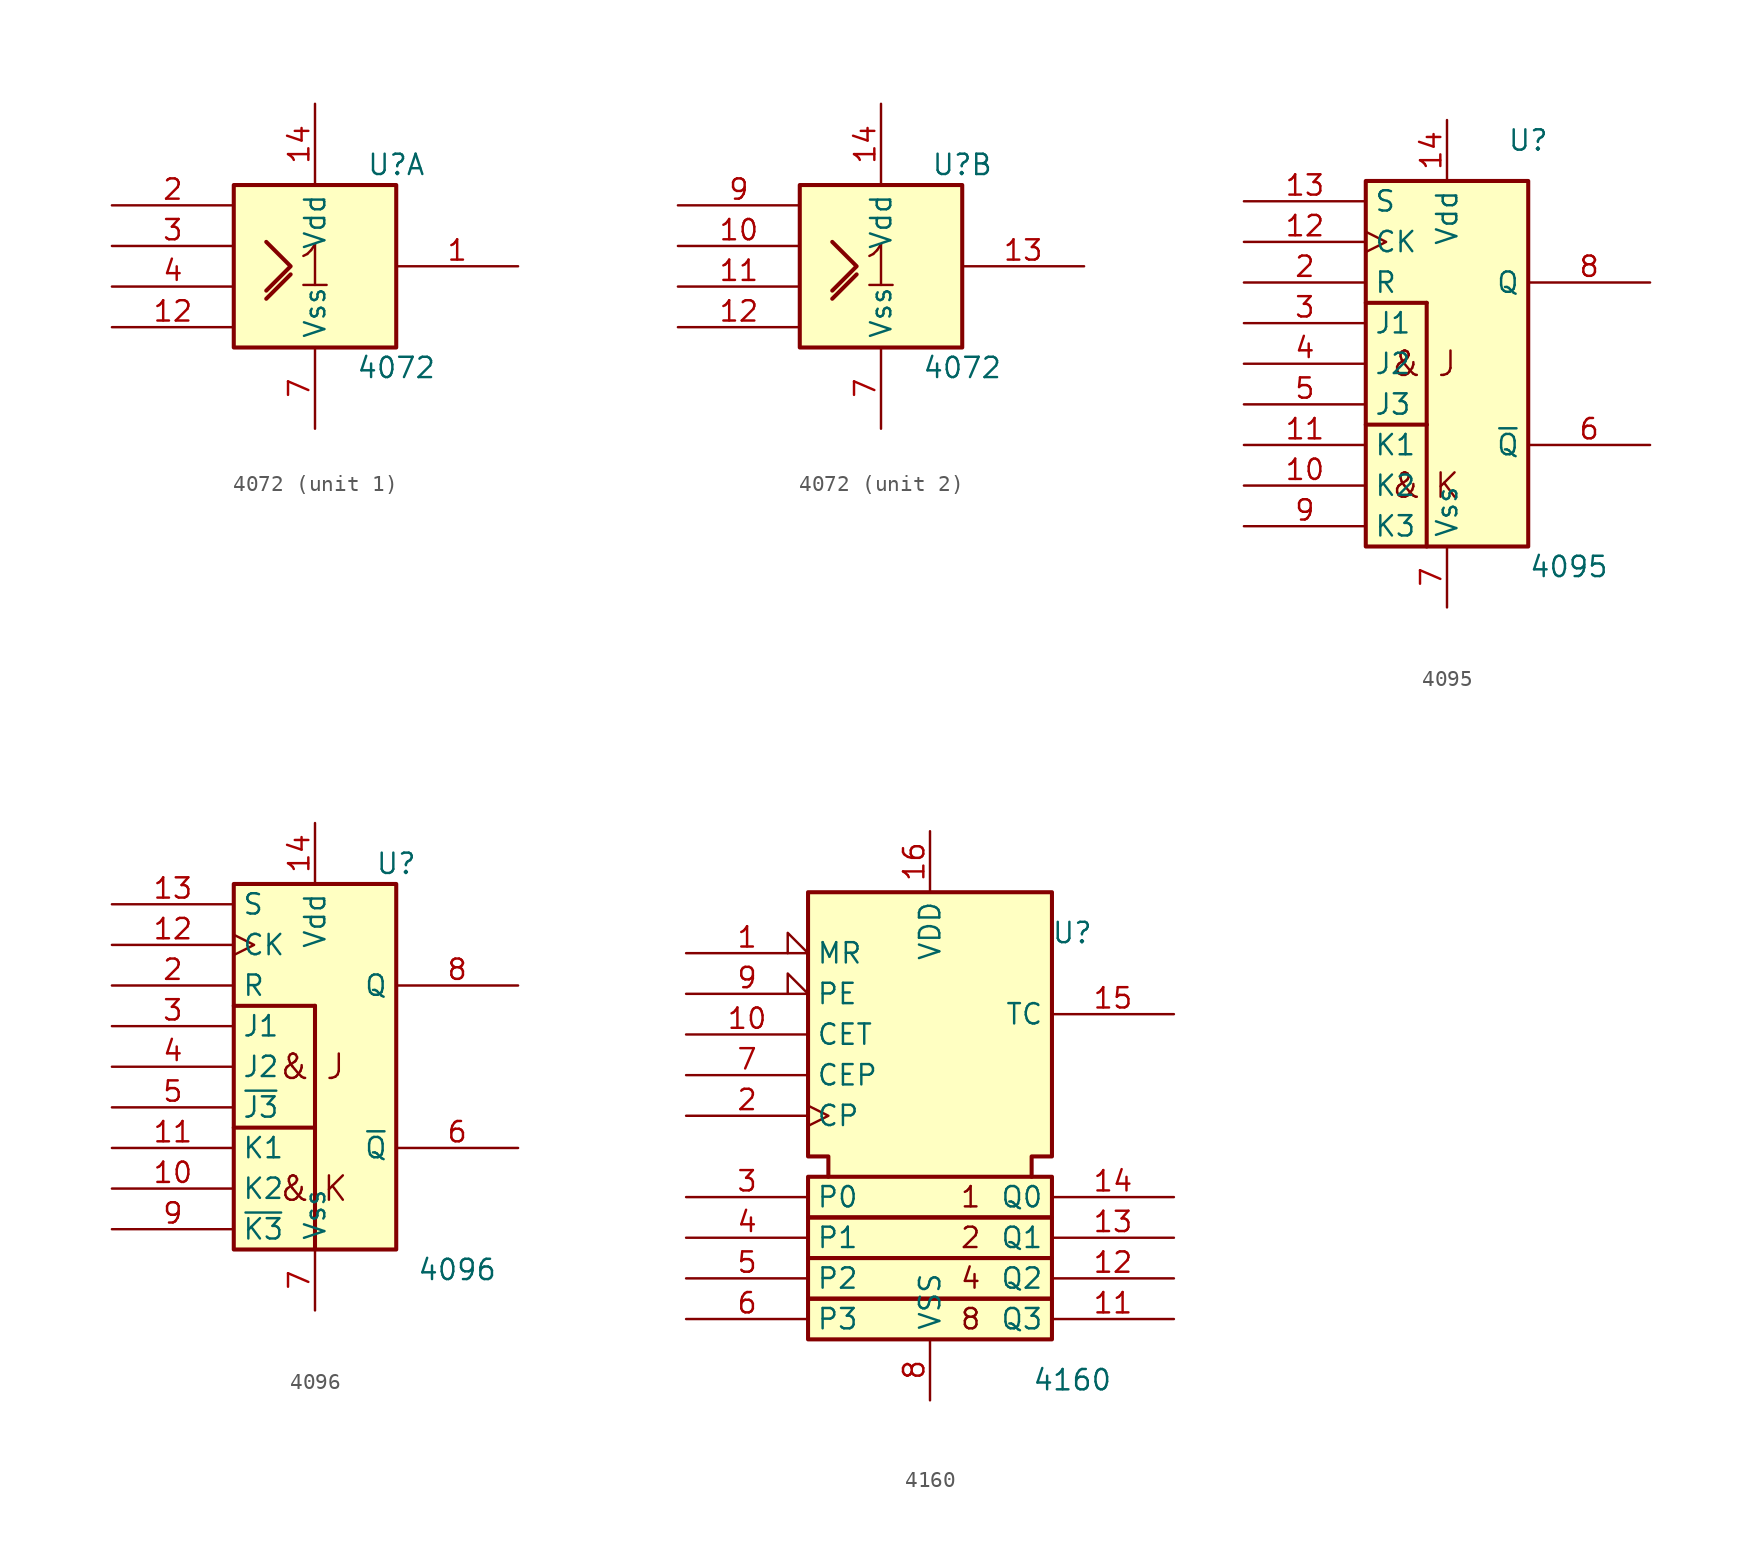
<source format=kicad_sym>
(kicad_symbol_lib
  (version 20241209)
  (generator "kicad_symbol_editor")
  (generator_version "9.0")
  (symbol "4072"
    (property "Reference" "U"
      (at 5.08 6.35 0)
      (effects (font (size 1.27 1.27))))
    (property "Value" "4072"
      (at 5.08 -6.35 0)
      (effects (font (size 1.27 1.27))))
    (symbol "4072_0_0"
      (polyline (pts (xy -3.048 1.524) (xy -1.524 0) (xy -3.048 -1.524) (xy -3.048 -1.524)) (stroke (width 0.254) (type default)) (fill (type background)))
      (polyline (pts (xy -3.048 -2.032) (xy -1.524 -0.508) (xy -1.524 -0.508)) (stroke (width 0.254) (type default)) (fill (type background)))
      (text "1" (at 0 0 0) (effects (font (size 2.54 2.54)))))
    (symbol "4072_0_1"
      (rectangle (start -5.08 5.08) (end 5.08 -5.08) (stroke (width 0.254) (type default)) (fill (type background)))
      (pin power_in line (at 0 10.16 270) (length 5.08) (name "Vdd" (effects (font (size 1.27 1.27)))) (number "14" (effects (font (size 1.27 1.27)))))
      (pin power_in line (at 0 -10.16 90) (length 5.08) (name "Vss" (effects (font (size 1.27 1.27)))) (number "7" (effects (font (size 1.27 1.27))))))
    (symbol "4072_1_1"
      (pin input line (at -12.7 3.81 0) (length 7.62) (name "~" (effects (font (size 1.27 1.27)))) (number "2" (effects (font (size 1.27 1.27)))))
      (pin input line (at -12.7 1.27 0) (length 7.62) (name "~" (effects (font (size 1.27 1.27)))) (number "3" (effects (font (size 1.27 1.27)))))
      (pin input line (at -12.7 -1.27 0) (length 7.62) (name "~" (effects (font (size 1.27 1.27)))) (number "4" (effects (font (size 1.27 1.27)))))
      (pin input line (at -12.7 -3.81 0) (length 7.62) (name "~" (effects (font (size 1.27 1.27)))) (number "12" (effects (font (size 1.27 1.27)))))
      (pin output line (at 12.7 0 180) (length 7.62) (name "~" (effects (font (size 1.27 1.27)))) (number "1" (effects (font (size 1.27 1.27))))))
    (symbol "4072_2_1"
      (pin input line (at -12.7 3.81 0) (length 7.62) (name "~" (effects (font (size 1.27 1.27)))) (number "9" (effects (font (size 1.27 1.27)))))
      (pin input line (at -12.7 1.27 0) (length 7.62) (name "~" (effects (font (size 1.27 1.27)))) (number "10" (effects (font (size 1.27 1.27)))))
      (pin input line (at -12.7 -1.27 0) (length 7.62) (name "~" (effects (font (size 1.27 1.27)))) (number "11" (effects (font (size 1.27 1.27)))))
      (pin input line (at -12.7 -3.81 0) (length 7.62) (name "~" (effects (font (size 1.27 1.27)))) (number "12" (effects (font (size 1.27 1.27)))))
      (pin output line (at 12.7 0 180) (length 7.62) (name "~" (effects (font (size 1.27 1.27)))) (number "13" (effects (font (size 1.27 1.27)))))))
  (symbol "4095"
    (property "Reference" "U"
      (at 5.08 13.97 0)
      (effects (font (size 1.27 1.27))))
    (property "Value" "4095"
      (at 7.62 -12.7 0)
      (effects (font (size 1.27 1.27))))
    (symbol "4095_0_0"
      (text "&" (at -2.54 0 0) (effects (font (size 1.524 1.524))))
      (text "&" (at -2.54 -7.62 0) (effects (font (size 1.524 1.524))))
      (text "J" (at 0 0 0) (effects (font (size 1.524 1.524))))
      (text "K" (at 0 -7.62 0) (effects (font (size 1.524 1.524)))))
    (symbol "4095_0_1"
      (rectangle (start -5.08 11.43) (end 5.08 -11.43) (stroke (width 0.254) (type default)) (fill (type background)))
      (rectangle (start -5.08 3.81) (end -1.27 3.81) (stroke (width 0.254) (type default)) (fill (type background)))
      (rectangle (start -5.08 -3.81) (end -1.27 -3.81) (stroke (width 0.254) (type default)) (fill (type background)))
      (rectangle (start -1.27 -3.81) (end -1.27 3.81) (stroke (width 0.254) (type default)) (fill (type background)))
      (rectangle (start -1.27 -3.81) (end -1.27 -11.43) (stroke (width 0.254) (type default)) (fill (type background))))
    (symbol "4095_1_1"
      (pin input line (at -12.7 10.16 0) (length 7.62) (name "S" (effects (font (size 1.27 1.27)))) (number "13" (effects (font (size 1.27 1.27)))))
      (pin input clock (at -12.7 7.62 0) (length 7.62) (name "CK" (effects (font (size 1.27 1.27)))) (number "12" (effects (font (size 1.27 1.27)))))
      (pin input line (at -12.7 5.08 0) (length 7.62) (name "R" (effects (font (size 1.27 1.27)))) (number "2" (effects (font (size 1.27 1.27)))))
      (pin input line (at -12.7 2.54 0) (length 7.62) (name "J1" (effects (font (size 1.27 1.27)))) (number "3" (effects (font (size 1.27 1.27)))))
      (pin input line (at -12.7 0 0) (length 7.62) (name "J2" (effects (font (size 1.27 1.27)))) (number "4" (effects (font (size 1.27 1.27)))))
      (pin input line (at -12.7 -2.54 0) (length 7.62) (name "J3" (effects (font (size 1.27 1.27)))) (number "5" (effects (font (size 1.27 1.27)))))
      (pin input line (at -12.7 -5.08 0) (length 7.62) (name "K1" (effects (font (size 1.27 1.27)))) (number "11" (effects (font (size 1.27 1.27)))))
      (pin input line (at -12.7 -7.62 0) (length 7.62) (name "K2" (effects (font (size 1.27 1.27)))) (number "10" (effects (font (size 1.27 1.27)))))
      (pin input line (at -12.7 -10.16 0) (length 7.62) (name "K3" (effects (font (size 1.27 1.27)))) (number "9" (effects (font (size 1.27 1.27)))))
      (pin power_in line (at 0 15.24 270) (length 3.81) (name "Vdd" (effects (font (size 1.27 1.27)))) (number "14" (effects (font (size 1.27 1.27)))))
      (pin power_in line (at 0 -15.24 90) (length 3.81) (name "Vss" (effects (font (size 1.27 1.27)))) (number "7" (effects (font (size 1.27 1.27)))))
      (pin output line (at 12.7 5.08 180) (length 7.62) (name "Q" (effects (font (size 1.27 1.27)))) (number "8" (effects (font (size 1.27 1.27)))))
      (pin output line (at 12.7 -5.08 180) (length 7.62) (name "~{Q}" (effects (font (size 1.27 1.27)))) (number "6" (effects (font (size 1.27 1.27)))))))
  (symbol "4096"
    (property "Reference" "U"
      (at 5.08 12.7 0)
      (effects (font (size 1.27 1.27))))
    (property "Value" "4096"
      (at 8.89 -12.7 0)
      (effects (font (size 1.27 1.27))))
    (symbol "4096_0_0"
      (text "&" (at -1.27 0 0) (effects (font (size 1.524 1.524))))
      (text "&" (at -1.27 -7.62 0) (effects (font (size 1.524 1.524))))
      (text "J" (at 1.27 0 0) (effects (font (size 1.524 1.524))))
      (text "K" (at 1.27 -7.62 0) (effects (font (size 1.524 1.524)))))
    (symbol "4096_0_1"
      (rectangle (start -5.08 11.43) (end 5.08 -11.43) (stroke (width 0.254) (type default)) (fill (type background)))
      (rectangle (start -5.08 3.81) (end 0 3.81) (stroke (width 0.254) (type default)) (fill (type background)))
      (rectangle (start 0 3.81) (end 0 -3.81) (stroke (width 0.254) (type default)) (fill (type background)))
      (rectangle (start 0 -3.81) (end -5.08 -3.81) (stroke (width 0.254) (type default)) (fill (type background)))
      (rectangle (start 0 -3.81) (end 0 -11.43) (stroke (width 0.254) (type default)) (fill (type background))))
    (symbol "4096_1_1"
      (pin input line (at -12.7 10.16 0) (length 7.62) (name "S" (effects (font (size 1.27 1.27)))) (number "13" (effects (font (size 1.27 1.27)))))
      (pin input clock (at -12.7 7.62 0) (length 7.62) (name "CK" (effects (font (size 1.27 1.27)))) (number "12" (effects (font (size 1.27 1.27)))))
      (pin input line (at -12.7 5.08 0) (length 7.62) (name "R" (effects (font (size 1.27 1.27)))) (number "2" (effects (font (size 1.27 1.27)))))
      (pin input line (at -12.7 2.54 0) (length 7.62) (name "J1" (effects (font (size 1.27 1.27)))) (number "3" (effects (font (size 1.27 1.27)))))
      (pin input line (at -12.7 0 0) (length 7.62) (name "J2" (effects (font (size 1.27 1.27)))) (number "4" (effects (font (size 1.27 1.27)))))
      (pin input line (at -12.7 -2.54 0) (length 7.62) (name "~{J3}" (effects (font (size 1.27 1.27)))) (number "5" (effects (font (size 1.27 1.27)))))
      (pin input line (at -12.7 -5.08 0) (length 7.62) (name "K1" (effects (font (size 1.27 1.27)))) (number "11" (effects (font (size 1.27 1.27)))))
      (pin input line (at -12.7 -7.62 0) (length 7.62) (name "K2" (effects (font (size 1.27 1.27)))) (number "10" (effects (font (size 1.27 1.27)))))
      (pin input line (at -12.7 -10.16 0) (length 7.62) (name "~{K3}" (effects (font (size 1.27 1.27)))) (number "9" (effects (font (size 1.27 1.27)))))
      (pin power_in line (at 0 15.24 270) (length 3.81) (name "Vdd" (effects (font (size 1.27 1.27)))) (number "14" (effects (font (size 1.27 1.27)))))
      (pin power_in line (at 0 -15.24 90) (length 3.81) (name "Vss" (effects (font (size 1.27 1.27)))) (number "7" (effects (font (size 1.27 1.27)))))
      (pin output line (at 12.7 5.08 180) (length 7.62) (name "Q" (effects (font (size 1.27 1.27)))) (number "8" (effects (font (size 1.27 1.27)))))
      (pin output line (at 12.7 -5.08 180) (length 7.62) (name "~{Q}" (effects (font (size 1.27 1.27)))) (number "6" (effects (font (size 1.27 1.27)))))))
  (symbol "4160"
    (property "Reference" "U"
      (at 8.89 8.89 0)
      (effects (font (size 1.27 1.27))))
    (property "Value" "4160"
      (at 8.89 -19.05 0)
      (effects (font (size 1.27 1.27))))
    (symbol "4160_0_0"
      (rectangle (start -7.62 -6.35) (end 7.62 -8.89) (stroke (width 0.254) (type default)) (fill (type background)))
      (rectangle (start -7.62 -8.89) (end 7.62 -11.43) (stroke (width 0.254) (type default)) (fill (type background)))
      (rectangle (start -7.62 -11.43) (end 7.62 -13.97) (stroke (width 0.254) (type default)) (fill (type background)))
      (rectangle (start -7.62 -13.97) (end 7.62 -16.51) (stroke (width 0.254) (type default)) (fill (type background)))
      (polyline (pts (xy -6.35 -6.35) (xy -6.35 -5.08) (xy -7.62 -5.08) (xy -7.62 11.43) (xy 7.62 11.43) (xy 7.62 -5.08) (xy 6.35 -5.08) (xy 6.35 -6.35) (xy 6.35 -6.35)) (stroke (width 0.254) (type default)) (fill (type background)))
      (text "1" (at 2.54 -7.62 0) (effects (font (size 1.27 1.27))))
      (text "2" (at 2.54 -10.16 0) (effects (font (size 1.27 1.27))))
      (text "4" (at 2.54 -12.7 0) (effects (font (size 1.27 1.27))))
      (text "8" (at 2.54 -15.24 0) (effects (font (size 1.27 1.27)))))
    (symbol "4160_1_1"
      (pin input input_low (at -15.24 7.62 0) (length 7.62) (name "MR" (effects (font (size 1.27 1.27)))) (number "1" (effects (font (size 1.27 1.27)))))
      (pin input input_low (at -15.24 5.08 0) (length 7.62) (name "PE" (effects (font (size 1.27 1.27)))) (number "9" (effects (font (size 1.27 1.27)))))
      (pin input line (at -15.24 2.54 0) (length 7.62) (name "CET" (effects (font (size 1.27 1.27)))) (number "10" (effects (font (size 1.27 1.27)))))
      (pin input line (at -15.24 0 0) (length 7.62) (name "CEP" (effects (font (size 1.27 1.27)))) (number "7" (effects (font (size 1.27 1.27)))))
      (pin input clock (at -15.24 -2.54 0) (length 7.62) (name "CP" (effects (font (size 1.27 1.27)))) (number "2" (effects (font (size 1.27 1.27)))))
      (pin input line (at -15.24 -7.62 0) (length 7.62) (name "P0" (effects (font (size 1.27 1.27)))) (number "3" (effects (font (size 1.27 1.27)))))
      (pin input line (at -15.24 -10.16 0) (length 7.62) (name "P1" (effects (font (size 1.27 1.27)))) (number "4" (effects (font (size 1.27 1.27)))))
      (pin input line (at -15.24 -12.7 0) (length 7.62) (name "P2" (effects (font (size 1.27 1.27)))) (number "5" (effects (font (size 1.27 1.27)))))
      (pin input line (at -15.24 -15.24 0) (length 7.62) (name "P3" (effects (font (size 1.27 1.27)))) (number "6" (effects (font (size 1.27 1.27)))))
      (pin power_in line (at 0 15.24 270) (length 3.81) (name "VDD" (effects (font (size 1.27 1.27)))) (number "16" (effects (font (size 1.27 1.27)))))
      (pin power_in line (at 0 -20.32 90) (length 3.81) (name "VSS" (effects (font (size 1.27 1.27)))) (number "8" (effects (font (size 1.27 1.27)))))
      (pin output line (at 15.24 3.81 180) (length 7.62) (name "TC" (effects (font (size 1.27 1.27)))) (number "15" (effects (font (size 1.27 1.27)))))
      (pin output line (at 15.24 -7.62 180) (length 7.62) (name "Q0" (effects (font (size 1.27 1.27)))) (number "14" (effects (font (size 1.27 1.27)))))
      (pin output line (at 15.24 -10.16 180) (length 7.62) (name "Q1" (effects (font (size 1.27 1.27)))) (number "13" (effects (font (size 1.27 1.27)))))
      (pin output line (at 15.24 -12.7 180) (length 7.62) (name "Q2" (effects (font (size 1.27 1.27)))) (number "12" (effects (font (size 1.27 1.27)))))
      (pin output line (at 15.24 -15.24 180) (length 7.62) (name "Q3" (effects (font (size 1.27 1.27)))) (number "11" (effects (font (size 1.27 1.27))))))))
</source>
